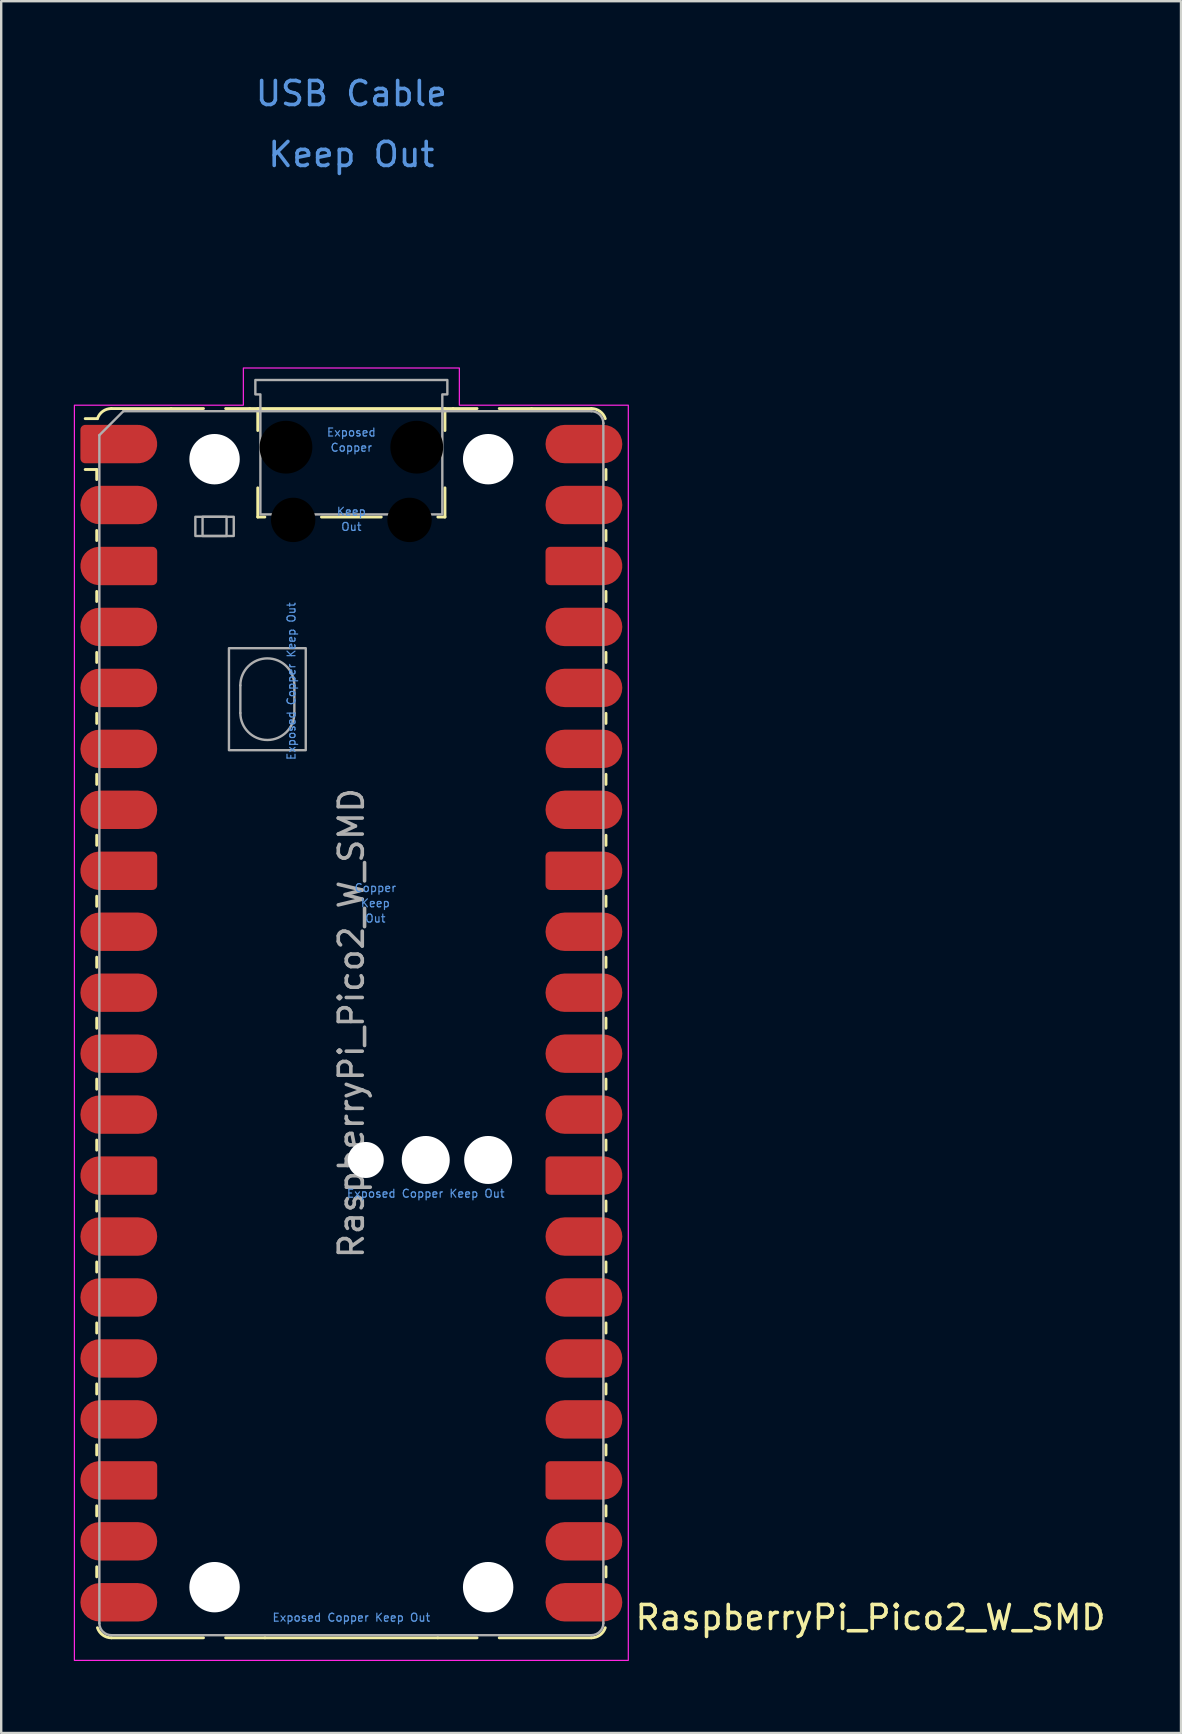
<source format=kicad_pcb>
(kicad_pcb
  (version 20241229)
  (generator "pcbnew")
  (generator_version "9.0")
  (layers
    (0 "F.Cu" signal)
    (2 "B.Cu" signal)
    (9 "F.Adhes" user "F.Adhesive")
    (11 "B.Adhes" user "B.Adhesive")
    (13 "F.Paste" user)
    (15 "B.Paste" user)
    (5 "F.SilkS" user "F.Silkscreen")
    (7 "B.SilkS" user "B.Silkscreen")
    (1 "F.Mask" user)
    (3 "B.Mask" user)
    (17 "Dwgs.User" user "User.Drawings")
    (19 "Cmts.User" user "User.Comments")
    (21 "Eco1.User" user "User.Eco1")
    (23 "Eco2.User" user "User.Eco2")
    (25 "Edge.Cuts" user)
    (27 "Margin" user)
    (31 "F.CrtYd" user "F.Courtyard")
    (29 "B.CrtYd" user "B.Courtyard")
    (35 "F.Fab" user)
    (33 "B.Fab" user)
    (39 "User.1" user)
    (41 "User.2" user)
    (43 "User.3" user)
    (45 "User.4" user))
  (footprint "RaspberryPi_Pico2_W_SMD"
    (layer "F.Cu")
    (at 11.59 39.583)
    (property "Reference" "RaspberryPi_Pico2_W_SMD" (at 11.748 24.765 0) (unlocked yes) (layer "F.SilkS") (effects (font (size 1 1) (thickness 0.15)) (justify left)))
    (attr smd)
    (fp_line (start -10.61 -23.07) (end -11.09 -23.07) (stroke (width 0.12) (type solid)) (layer "F.SilkS"))
    (fp_line (start -10.61 -23.07) (end -10.61 -22.65) (stroke (width 0.12) (type solid)) (layer "F.SilkS"))
    (fp_line (start -10.61 -20.53) (end -10.61 -20.11) (stroke (width 0.12) (type solid)) (layer "F.SilkS"))
    (fp_line (start -10.61 -17.99) (end -10.61 -17.57) (stroke (width 0.12) (type solid)) (layer "F.SilkS"))
    (fp_line (start -10.61 -15.45) (end -10.61 -15.03) (stroke (width 0.12) (type solid)) (layer "F.SilkS"))
    (fp_line (start -10.61 -12.91) (end -10.61 -12.49) (stroke (width 0.12) (type solid)) (layer "F.SilkS"))
    (fp_line (start -10.61 -10.37) (end -10.61 -9.95) (stroke (width 0.12) (type solid)) (layer "F.SilkS"))
    (fp_line (start -10.61 -7.83) (end -10.61 -7.41) (stroke (width 0.12) (type solid)) (layer "F.SilkS"))
    (fp_line (start -10.61 -5.29) (end -10.61 -4.87) (stroke (width 0.12) (type solid)) (layer "F.SilkS"))
    (fp_line (start -10.61 -2.75) (end -10.61 -2.33) (stroke (width 0.12) (type solid)) (layer "F.SilkS"))
    (fp_line (start -10.61 -0.21) (end -10.61 0.21) (stroke (width 0.12) (type solid)) (layer "F.SilkS"))
    (fp_line (start -10.61 2.33) (end -10.61 2.75) (stroke (width 0.12) (type solid)) (layer "F.SilkS"))
    (fp_line (start -10.61 4.87) (end -10.61 5.29) (stroke (width 0.12) (type solid)) (layer "F.SilkS"))
    (fp_line (start -10.61 7.41) (end -10.61 7.83) (stroke (width 0.12) (type solid)) (layer "F.SilkS"))
    (fp_line (start -10.61 9.95) (end -10.61 10.37) (stroke (width 0.12) (type solid)) (layer "F.SilkS"))
    (fp_line (start -10.61 12.49) (end -10.61 12.91) (stroke (width 0.12) (type solid)) (layer "F.SilkS"))
    (fp_line (start -10.61 15.03) (end -10.61 15.45) (stroke (width 0.12) (type solid)) (layer "F.SilkS"))
    (fp_line (start -10.61 17.57) (end -10.61 17.99) (stroke (width 0.12) (type solid)) (layer "F.SilkS"))
    (fp_line (start -10.61 20.11) (end -10.61 20.53) (stroke (width 0.12) (type solid)) (layer "F.SilkS"))
    (fp_line (start -10.61 22.65) (end -10.61 23.07) (stroke (width 0.12) (type solid)) (layer "F.SilkS"))
    (fp_line (start -10.58 -25.19) (end -11.09 -25.19) (stroke (width 0.12) (type solid)) (layer "F.SilkS"))
    (fp_line (start -10 -25.61) (end -7.51 -25.61) (stroke (width 0.12) (type solid)) (layer "F.SilkS"))
    (fp_line (start -10 25.61) (end -6.162 25.61) (stroke (width 0.12) (type solid)) (layer "F.SilkS"))
    (fp_line (start -7.51 -25.61) (end -6.162 -25.61) (stroke (width 0.12) (type solid)) (layer "F.SilkS"))
    (fp_line (start -5.238 -25.61) (end -4.235 -25.61) (stroke (width 0.12) (type solid)) (layer "F.SilkS"))
    (fp_line (start -4.235 -25.61) (end 4.235 -25.61) (stroke (width 0.12) (type solid)) (layer "F.SilkS"))
    (fp_line (start -3.9 -25.61) (end -3.9 -24.694) (stroke (width 0.12) (type solid)) (layer "F.SilkS"))
    (fp_line (start -3.9 -22.306) (end -3.9 -21.09) (stroke (width 0.12) (type solid)) (layer "F.SilkS"))
    (fp_line (start -3.9 -21.09) (end -3.604 -21.09) (stroke (width 0.12) (type solid)) (layer "F.SilkS"))
    (fp_line (start -3.6 25.61) (end -5.238 25.61) (stroke (width 0.12) (type solid)) (layer "F.SilkS"))
    (fp_line (start -1.246 -21.09) (end 1.246 -21.09) (stroke (width 0.12) (type solid)) (layer "F.SilkS"))
    (fp_line (start 3.6 25.61) (end -3.6 25.61) (stroke (width 0.12) (type solid)) (layer "F.SilkS"))
    (fp_line (start 3.604 -21.09) (end 3.9 -21.09) (stroke (width 0.12) (type solid)) (layer "F.SilkS"))
    (fp_line (start 3.9 -25.61) (end 3.9 -24.694) (stroke (width 0.12) (type solid)) (layer "F.SilkS"))
    (fp_line (start 3.9 -22.306) (end 3.9 -21.09) (stroke (width 0.12) (type solid)) (layer "F.SilkS"))
    (fp_line (start 4.235 -25.61) (end 5.238 -25.61) (stroke (width 0.12) (type solid)) (layer "F.SilkS"))
    (fp_line (start 5.238 25.61) (end 3.6 25.61) (stroke (width 0.12) (type solid)) (layer "F.SilkS"))
    (fp_line (start 6.162 -25.61) (end 7.51 -25.61) (stroke (width 0.12) (type solid)) (layer "F.SilkS"))
    (fp_line (start 6.162 25.61) (end 10 25.61) (stroke (width 0.12) (type solid)) (layer "F.SilkS"))
    (fp_line (start 10 -25.61) (end 7.51 -25.61) (stroke (width 0.12) (type solid)) (layer "F.SilkS"))
    (fp_line (start 10.61 -23.07) (end 10.61 -22.65) (stroke (width 0.12) (type solid)) (layer "F.SilkS"))
    (fp_line (start 10.61 -20.53) (end 10.61 -20.11) (stroke (width 0.12) (type solid)) (layer "F.SilkS"))
    (fp_line (start 10.61 -17.99) (end 10.61 -17.57) (stroke (width 0.12) (type solid)) (layer "F.SilkS"))
    (fp_line (start 10.61 -15.45) (end 10.61 -15.03) (stroke (width 0.12) (type solid)) (layer "F.SilkS"))
    (fp_line (start 10.61 -12.91) (end 10.61 -12.49) (stroke (width 0.12) (type solid)) (layer "F.SilkS"))
    (fp_line (start 10.61 -10.37) (end 10.61 -9.95) (stroke (width 0.12) (type solid)) (layer "F.SilkS"))
    (fp_line (start 10.61 -7.83) (end 10.61 -7.41) (stroke (width 0.12) (type solid)) (layer "F.SilkS"))
    (fp_line (start 10.61 -5.29) (end 10.61 -4.87) (stroke (width 0.12) (type solid)) (layer "F.SilkS"))
    (fp_line (start 10.61 -2.75) (end 10.61 -2.33) (stroke (width 0.12) (type solid)) (layer "F.SilkS"))
    (fp_line (start 10.61 -0.21) (end 10.61 0.21) (stroke (width 0.12) (type solid)) (layer "F.SilkS"))
    (fp_line (start 10.61 2.33) (end 10.61 2.75) (stroke (width 0.12) (type solid)) (layer "F.SilkS"))
    (fp_line (start 10.61 4.87) (end 10.61 5.29) (stroke (width 0.12) (type solid)) (layer "F.SilkS"))
    (fp_line (start 10.61 7.41) (end 10.61 7.83) (stroke (width 0.12) (type solid)) (layer "F.SilkS"))
    (fp_line (start 10.61 9.95) (end 10.61 10.37) (stroke (width 0.12) (type solid)) (layer "F.SilkS"))
    (fp_line (start 10.61 12.49) (end 10.61 12.91) (stroke (width 0.12) (type solid)) (layer "F.SilkS"))
    (fp_line (start 10.61 15.03) (end 10.61 15.45) (stroke (width 0.12) (type solid)) (layer "F.SilkS"))
    (fp_line (start 10.61 17.57) (end 10.61 17.99) (stroke (width 0.12) (type solid)) (layer "F.SilkS"))
    (fp_line (start 10.61 20.11) (end 10.61 20.53) (stroke (width 0.12) (type solid)) (layer "F.SilkS"))
    (fp_line (start 10.61 22.65) (end 10.61 23.07) (stroke (width 0.12) (type solid)) (layer "F.SilkS"))
    (fp_arc (start -10.579676 -25.19) (mid -10.357916 -25.49396) (end -10 -25.61) (stroke (width 0.12) (type solid)) (layer "F.SilkS"))
    (fp_arc (start -10 25.61) (mid -10.357937 25.493944) (end -10.579676 25.189937) (stroke (width 0.12) (type solid)) (layer "F.SilkS"))
    (fp_arc (start 10 -25.61) (mid 10.357937 -25.493944) (end 10.579676 -25.189937) (stroke (width 0.12) (type solid)) (layer "F.SilkS"))
    (fp_arc (start 10.579676 25.189937) (mid 10.357906 25.493889) (end 10 25.61) (stroke (width 0.12) (type solid)) (layer "F.SilkS"))
    (fp_poly (pts (xy -4.5 -27.3) (xy 4.5 -27.3) (xy 4.5 -25.75) (xy 11.54 -25.75) (xy 11.54 26.55) (xy -11.54 26.55) (xy -11.54 -25.75) (xy -4.5 -25.75)) (stroke (width 0.05) (type solid)) (fill no) (layer "F.CrtYd"))
    (fp_line (start -10.5 -24.5) (end -9.5 -25.5) (stroke (width 0.1) (type solid)) (layer "F.Fab"))
    (fp_line (start -10.5 25) (end -10.5 -24.5) (stroke (width 0.1) (type solid)) (layer "F.Fab"))
    (fp_line (start -9.5 -25.5) (end 10 -25.5) (stroke (width 0.1) (type solid)) (layer "F.Fab"))
    (fp_line (start -4.625 -14.075) (end -4.625 -12.925) (stroke (width 0.1) (type solid)) (layer "F.Fab"))
    (fp_line (start -2.375 -14.075) (end -2.375 -12.925) (stroke (width 0.1) (type solid)) (layer "F.Fab"))
    (fp_line (start 10 25.5) (end -10 25.5) (stroke (width 0.1) (type solid)) (layer "F.Fab"))
    (fp_line (start 10.5 -25) (end 10.5 25) (stroke (width 0.1) (type solid)) (layer "F.Fab"))
    (fp_rect (start -6.5 -21.1) (end -4.9 -20.3) (stroke (width 0.1) (type solid)) (fill no) (layer "F.Fab"))
    (fp_rect (start -6.2 -21.1) (end -5.2 -20.3) (stroke (width 0.1) (type solid)) (fill no) (layer "F.Fab"))
    (fp_rect (start -5.1 -15.625) (end -1.9 -11.375) (stroke (width 0.1) (type solid)) (fill no) (layer "F.Fab"))
    (fp_arc (start -10 25.5) (mid -10.353553 25.353553) (end -10.5 25) (stroke (width 0.1) (type solid)) (layer "F.Fab"))
    (fp_arc (start -4.625 -14.075) (mid -3.5 -15.2) (end -2.375 -14.075) (stroke (width 0.1) (type solid)) (layer "F.Fab"))
    (fp_arc (start -2.375 -12.925) (mid -3.5 -11.8) (end -4.625 -12.925) (stroke (width 0.1) (type solid)) (layer "F.Fab"))
    (fp_arc (start 10 -25.5) (mid 10.353553 -25.353553) (end 10.5 -25) (stroke (width 0.1) (type solid)) (layer "F.Fab"))
    (fp_arc (start 10.5 25) (mid 10.353553 25.353553) (end 10 25.5) (stroke (width 0.1) (type solid)) (layer "F.Fab"))
    (fp_poly (pts (xy 3.79 -21.2) (xy 3.79 -26.2) (xy 4 -26.2) (xy 4 -26.8) (xy -4 -26.8) (xy -4 -26.2) (xy -3.79 -26.2) (xy -3.79 -21.2)) (stroke (width 0.1) (type solid)) (fill no) (layer "F.Fab"))
    (fp_text user "Out" (at 0 -20.683 0) (unlocked yes) (layer "Cmts.User") (effects (font (size 0.333 0.333) (thickness 0.05))))
    (fp_text user "Keep" (at 0 -21.317 0) (unlocked yes) (layer "Cmts.User") (effects (font (size 0.333 0.333) (thickness 0.05))))
    (fp_text user "Exposed" (at 0 -24.617 0) (unlocked yes) (layer "Cmts.User") (effects (font (size 0.333 0.333) (thickness 0.05))))
    (fp_text user "Copper" (at 1 -5.635 0) (unlocked yes) (layer "Cmts.User") (effects (font (size 0.333 0.333) (thickness 0.05))))
    (fp_text user "USB Cable" (at 0 -38.735 0) (unlocked yes) (layer "Cmts.User") (effects (font (size 1 1) (thickness 0.15))))
    (fp_text user "Exposed Copper Keep Out" (at 0 24.765 0) (unlocked yes) (layer "Cmts.User") (effects (font (size 0.333 0.333) (thickness 0.05))))
    (fp_text user "Exposed Copper Keep Out" (at 3.1 7.1 0) (unlocked yes) (layer "Cmts.User") (effects (font (size 0.333 0.333) (thickness 0.05))))
    (fp_text user "Copper" (at 0 -23.983 0) (unlocked yes) (layer "Cmts.User") (effects (font (size 0.333 0.333) (thickness 0.05))))
    (fp_text user "Out" (at 1 -4.365 0) (unlocked yes) (layer "Cmts.User") (effects (font (size 0.333 0.333) (thickness 0.05))))
    (fp_text user "Exposed Copper Keep Out" (at -2.5 -14.25 90) (unlocked yes) (layer "Cmts.User") (effects (font (size 0.333 0.333) (thickness 0.05))))
    (fp_text user "Keep Out" (at 0 -36.195 0) (unlocked yes) (layer "Cmts.User") (effects (font (size 1 1) (thickness 0.15))))
    (fp_text user "Keep" (at 1 -5 0) (unlocked yes) (layer "Cmts.User") (effects (font (size 0.333 0.333) (thickness 0.05))))
    (fp_text user "${REFERENCE}" (at 0 0 270) (layer "F.Fab") (effects (font (size 1 1) (thickness 0.15))))
    (pad "" smd rect (at -8.89 -24.13) (size 3.8 2.2) (drill (offset -0.8 0)) (layers "F.Paste"))
    (pad "" smd rect (at -8.89 -21.59) (size 3.8 2.2) (drill (offset -0.8 0)) (layers "F.Paste"))
    (pad "" smd rect (at -8.89 -19.05) (size 3.8 2.2) (drill (offset -0.8 0)) (layers "F.Paste"))
    (pad "" smd rect (at -8.89 -16.51) (size 3.8 2.2) (drill (offset -0.8 0)) (layers "F.Paste"))
    (pad "" smd rect (at -8.89 -13.97) (size 3.8 2.2) (drill (offset -0.8 0)) (layers "F.Paste"))
    (pad "" smd rect (at -8.89 -11.43) (size 3.8 2.2) (drill (offset -0.8 0)) (layers "F.Paste"))
    (pad "" smd rect (at -8.89 -8.89) (size 3.8 2.2) (drill (offset -0.8 0)) (layers "F.Paste"))
    (pad "" smd rect (at -8.89 -6.35) (size 3.8 2.2) (drill (offset -0.8 0)) (layers "F.Paste"))
    (pad "" smd rect (at -8.89 -3.81) (size 3.8 2.2) (drill (offset -0.8 0)) (layers "F.Paste"))
    (pad "" smd rect (at -8.89 -1.27) (size 3.8 2.2) (drill (offset -0.8 0)) (layers "F.Paste"))
    (pad "" smd rect (at -8.89 1.27) (size 3.8 2.2) (drill (offset -0.8 0)) (layers "F.Paste"))
    (pad "" smd rect (at -8.89 3.81) (size 3.8 2.2) (drill (offset -0.8 0)) (layers "F.Paste"))
    (pad "" smd rect (at -8.89 6.35) (size 3.8 2.2) (drill (offset -0.8 0)) (layers "F.Paste"))
    (pad "" smd rect (at -8.89 8.89) (size 3.8 2.2) (drill (offset -0.8 0)) (layers "F.Paste"))
    (pad "" smd rect (at -8.89 11.43) (size 3.8 2.2) (drill (offset -0.8 0)) (layers "F.Paste"))
    (pad "" smd rect (at -8.89 13.97) (size 3.8 2.2) (drill (offset -0.8 0)) (layers "F.Paste"))
    (pad "" smd rect (at -8.89 16.51) (size 3.8 2.2) (drill (offset -0.8 0)) (layers "F.Paste"))
    (pad "" smd rect (at -8.89 19.05) (size 3.8 2.2) (drill (offset -0.8 0)) (layers "F.Paste"))
    (pad "" smd rect (at -8.89 21.59) (size 3.8 2.2) (drill (offset -0.8 0)) (layers "F.Paste"))
    (pad "" smd rect (at -8.89 24.13) (size 3.8 2.2) (drill (offset -0.8 0)) (layers "F.Paste"))
    (pad "" np_thru_hole circle (at -5.7 -23.5) (size 2.1 2.1) (drill 2.1) (layers "*.Cu" "*.Mask"))
    (pad "" np_thru_hole circle (at -5.7 23.5) (size 2.1 2.1) (drill 2.1) (layers "*.Cu" "*.Mask"))
    (pad "" np_thru_hole circle (at -2.725 -24) (size 2.2 2.2) (drill 2.2) (layers "*.Mask"))
    (pad "" np_thru_hole circle (at -2.425 -20.97) (size 1.85 1.85) (drill 1.85) (layers "*.Mask"))
    (pad "" np_thru_hole circle (at 0.6 5.7) (size 1.5 1.5) (drill 1.5) (layers "*.Cu" "*.Mask"))
    (pad "" np_thru_hole circle (at 2.425 -20.97) (size 1.85 1.85) (drill 1.85) (layers "*.Mask"))
    (pad "" np_thru_hole circle (at 2.725 -24) (size 2.2 2.2) (drill 2.2) (layers "*.Mask"))
    (pad "" np_thru_hole circle (at 3.1 5.7) (size 2 2) (drill 2) (layers "*.Cu" "*.Mask"))
    (pad "" np_thru_hole circle (at 5.7 -23.5) (size 2.1 2.1) (drill 2.1) (layers "*.Cu" "*.Mask"))
    (pad "" np_thru_hole circle (at 5.7 5.7) (size 2 2) (drill 2) (layers "*.Cu" "*.Mask"))
    (pad "" np_thru_hole circle (at 5.7 23.5) (size 2.1 2.1) (drill 2.1) (layers "*.Cu" "*.Mask"))
    (pad "" smd rect (at 8.89 -24.13) (size 3.8 2.2) (drill (offset 0.8 0)) (layers "F.Paste"))
    (pad "" smd rect (at 8.89 -21.59) (size 3.8 2.2) (drill (offset 0.8 0)) (layers "F.Paste"))
    (pad "" smd rect (at 8.89 -19.05) (size 3.8 2.2) (drill (offset 0.8 0)) (layers "F.Paste"))
    (pad "" smd rect (at 8.89 -16.51) (size 3.8 2.2) (drill (offset 0.8 0)) (layers "F.Paste"))
    (pad "" smd rect (at 8.89 -13.97) (size 3.8 2.2) (drill (offset 0.8 0)) (layers "F.Paste"))
    (pad "" smd rect (at 8.89 -11.43) (size 3.8 2.2) (drill (offset 0.8 0)) (layers "F.Paste"))
    (pad "" smd rect (at 8.89 -8.89) (size 3.8 2.2) (drill (offset 0.8 0)) (layers "F.Paste"))
    (pad "" smd rect (at 8.89 -6.35) (size 3.8 2.2) (drill (offset 0.8 0)) (layers "F.Paste"))
    (pad "" smd rect (at 8.89 -3.81) (size 3.8 2.2) (drill (offset 0.8 0)) (layers "F.Paste"))
    (pad "" smd rect (at 8.89 -1.27) (size 3.8 2.2) (drill (offset 0.8 0)) (layers "F.Paste"))
    (pad "" smd rect (at 8.89 1.27) (size 3.8 2.2) (drill (offset 0.8 0)) (layers "F.Paste"))
    (pad "" smd rect (at 8.89 3.81) (size 3.8 2.2) (drill (offset 0.8 0)) (layers "F.Paste"))
    (pad "" smd rect (at 8.89 6.35) (size 3.8 2.2) (drill (offset 0.8 0)) (layers "F.Paste"))
    (pad "" smd rect (at 8.89 8.89) (size 3.8 2.2) (drill (offset 0.8 0)) (layers "F.Paste"))
    (pad "" smd rect (at 8.89 11.43) (size 3.8 2.2) (drill (offset 0.8 0)) (layers "F.Paste"))
    (pad "" smd rect (at 8.89 13.97) (size 3.8 2.2) (drill (offset 0.8 0)) (layers "F.Paste"))
    (pad "" smd rect (at 8.89 16.51) (size 3.8 2.2) (drill (offset 0.8 0)) (layers "F.Paste"))
    (pad "" smd rect (at 8.89 19.05) (size 3.8 2.2) (drill (offset 0.8 0)) (layers "F.Paste"))
    (pad "" smd rect (at 8.89 21.59) (size 3.8 2.2) (drill (offset 0.8 0)) (layers "F.Paste"))
    (pad "" smd rect (at 8.89 24.13) (size 3.8 2.2) (drill (offset 0.8 0)) (layers "F.Paste"))
    (pad "1" smd custom (at -9.69 -24.13) (size 1.6 0.8) (layers "F.Cu" "F.Mask") (options (anchor rect)) (primitives (gr_circle (center 0.8 0) (end 1.6 0) (width 0) (fill yes)) (gr_poly (pts (xy -1.6 -0.6) (xy -1.6 0.6) (xy -1.4 0.8) (xy 0.8 0.8) (xy 0.8 -0.8) (xy -1.4 -0.8)) (width 0) (fill yes)) (gr_circle (center -1.4 -0.6) (end -1.2 -0.6) (width 0) (fill yes)) (gr_circle (center -1.4 0.6) (end -1.2 0.6) (width 0) (fill yes))))
    (pad "2" smd roundrect (at -9.69 -21.59) (size 3.2 1.6) (layers "F.Cu" "F.Mask") (roundrect_rratio 0.5))
    (pad "3" smd custom (at -9.69 -19.05) (size 1.6 0.8) (layers "F.Cu" "F.Mask") (options (anchor rect)) (primitives (gr_circle (center -0.8 0) (end 0 0) (width 0) (fill yes)) (gr_poly (pts (xy 1.6 -0.6) (xy 1.6 0.6) (xy 1.4 0.8) (xy -0.8 0.8) (xy -0.8 -0.8) (xy 1.4 -0.8)) (width 0) (fill yes)) (gr_circle (center 1.4 -0.6) (end 1.6 -0.6) (width 0) (fill yes)) (gr_circle (center 1.4 0.6) (end 1.6 0.6) (width 0) (fill yes))))
    (pad "4" smd roundrect (at -9.69 -16.51) (size 3.2 1.6) (layers "F.Cu" "F.Mask") (roundrect_rratio 0.5))
    (pad "5" smd roundrect (at -9.69 -13.97) (size 3.2 1.6) (layers "F.Cu" "F.Mask") (roundrect_rratio 0.5))
    (pad "6" smd roundrect (at -9.69 -11.43) (size 3.2 1.6) (layers "F.Cu" "F.Mask") (roundrect_rratio 0.5))
    (pad "7" smd roundrect (at -9.69 -8.89) (size 3.2 1.6) (layers "F.Cu" "F.Mask") (roundrect_rratio 0.5))
    (pad "8" smd custom (at -9.69 -6.35) (size 1.6 0.8) (layers "F.Cu" "F.Mask") (options (anchor rect)) (primitives (gr_circle (center -0.8 0) (end 0 0) (width 0) (fill yes)) (gr_poly (pts (xy 1.6 -0.6) (xy 1.6 0.6) (xy 1.4 0.8) (xy -0.8 0.8) (xy -0.8 -0.8) (xy 1.4 -0.8)) (width 0) (fill yes)) (gr_circle (center 1.4 -0.6) (end 1.6 -0.6) (width 0) (fill yes)) (gr_circle (center 1.4 0.6) (end 1.6 0.6) (width 0) (fill yes))))
    (pad "9" smd roundrect (at -9.69 -3.81) (size 3.2 1.6) (layers "F.Cu" "F.Mask") (roundrect_rratio 0.5))
    (pad "10" smd roundrect (at -9.69 -1.27) (size 3.2 1.6) (layers "F.Cu" "F.Mask") (roundrect_rratio 0.5))
    (pad "11" smd roundrect (at -9.69 1.27) (size 3.2 1.6) (layers "F.Cu" "F.Mask") (roundrect_rratio 0.5))
    (pad "12" smd roundrect (at -9.69 3.81) (size 3.2 1.6) (layers "F.Cu" "F.Mask") (roundrect_rratio 0.5))
    (pad "13" smd custom (at -9.69 6.35) (size 1.6 0.8) (layers "F.Cu" "F.Mask") (options (anchor rect)) (primitives (gr_circle (center -0.8 0) (end 0 0) (width 0) (fill yes)) (gr_poly (pts (xy 1.6 -0.6) (xy 1.6 0.6) (xy 1.4 0.8) (xy -0.8 0.8) (xy -0.8 -0.8) (xy 1.4 -0.8)) (width 0) (fill yes)) (gr_circle (center 1.4 -0.6) (end 1.6 -0.6) (width 0) (fill yes)) (gr_circle (center 1.4 0.6) (end 1.6 0.6) (width 0) (fill yes))))
    (pad "14" smd roundrect (at -9.69 8.89) (size 3.2 1.6) (layers "F.Cu" "F.Mask") (roundrect_rratio 0.5))
    (pad "15" smd roundrect (at -9.69 11.43) (size 3.2 1.6) (layers "F.Cu" "F.Mask") (roundrect_rratio 0.5))
    (pad "16" smd roundrect (at -9.69 13.97) (size 3.2 1.6) (layers "F.Cu" "F.Mask") (roundrect_rratio 0.5))
    (pad "17" smd roundrect (at -9.69 16.51) (size 3.2 1.6) (layers "F.Cu" "F.Mask") (roundrect_rratio 0.5))
    (pad "18" smd custom (at -9.69 19.05) (size 1.6 0.8) (layers "F.Cu" "F.Mask") (options (anchor rect)) (primitives (gr_circle (center -0.8 0) (end 0 0) (width 0) (fill yes)) (gr_poly (pts (xy 1.6 -0.6) (xy 1.6 0.6) (xy 1.4 0.8) (xy -0.8 0.8) (xy -0.8 -0.8) (xy 1.4 -0.8)) (width 0) (fill yes)) (gr_circle (center 1.4 -0.6) (end 1.6 -0.6) (width 0) (fill yes)) (gr_circle (center 1.4 0.6) (end 1.6 0.6) (width 0) (fill yes))))
    (pad "19" smd roundrect (at -9.69 21.59) (size 3.2 1.6) (layers "F.Cu" "F.Mask") (roundrect_rratio 0.5))
    (pad "20" smd roundrect (at -9.69 24.13) (size 3.2 1.6) (layers "F.Cu" "F.Mask") (roundrect_rratio 0.5))
    (pad "21" smd roundrect (at 9.69 24.13) (size 3.2 1.6) (layers "F.Cu" "F.Mask") (roundrect_rratio 0.5))
    (pad "22" smd roundrect (at 9.69 21.59) (size 3.2 1.6) (layers "F.Cu" "F.Mask") (roundrect_rratio 0.5))
    (pad "23" smd custom (at 9.69 19.05) (size 1.6 0.8) (layers "F.Cu" "F.Mask") (options (anchor rect)) (primitives (gr_circle (center 0.8 0) (end 1.6 0) (width 0) (fill yes)) (gr_poly (pts (xy -1.6 -0.6) (xy -1.6 0.6) (xy -1.4 0.8) (xy 0.8 0.8) (xy 0.8 -0.8) (xy -1.4 -0.8)) (width 0) (fill yes)) (gr_circle (center -1.4 -0.6) (end -1.2 -0.6) (width 0) (fill yes)) (gr_circle (center -1.4 0.6) (end -1.2 0.6) (width 0) (fill yes))))
    (pad "24" smd roundrect (at 9.69 16.51) (size 3.2 1.6) (layers "F.Cu" "F.Mask") (roundrect_rratio 0.5))
    (pad "25" smd roundrect (at 9.69 13.97) (size 3.2 1.6) (layers "F.Cu" "F.Mask") (roundrect_rratio 0.5))
    (pad "26" smd roundrect (at 9.69 11.43) (size 3.2 1.6) (layers "F.Cu" "F.Mask") (roundrect_rratio 0.5))
    (pad "27" smd roundrect (at 9.69 8.89) (size 3.2 1.6) (layers "F.Cu" "F.Mask") (roundrect_rratio 0.5))
    (pad "28" smd custom (at 9.69 6.35) (size 1.6 0.8) (layers "F.Cu" "F.Mask") (options (anchor rect)) (primitives (gr_circle (center 0.8 0) (end 1.6 0) (width 0) (fill yes)) (gr_poly (pts (xy -1.6 -0.6) (xy -1.6 0.6) (xy -1.4 0.8) (xy 0.8 0.8) (xy 0.8 -0.8) (xy -1.4 -0.8)) (width 0) (fill yes)) (gr_circle (center -1.4 -0.6) (end -1.2 -0.6) (width 0) (fill yes)) (gr_circle (center -1.4 0.6) (end -1.2 0.6) (width 0) (fill yes))))
    (pad "29" smd roundrect (at 9.69 3.81) (size 3.2 1.6) (layers "F.Cu" "F.Mask") (roundrect_rratio 0.5))
    (pad "30" smd roundrect (at 9.69 1.27) (size 3.2 1.6) (layers "F.Cu" "F.Mask") (roundrect_rratio 0.5))
    (pad "31" smd roundrect (at 9.69 -1.27) (size 3.2 1.6) (layers "F.Cu" "F.Mask") (roundrect_rratio 0.5))
    (pad "32" smd roundrect (at 9.69 -3.81) (size 3.2 1.6) (layers "F.Cu" "F.Mask") (roundrect_rratio 0.5))
    (pad "33" smd custom (at 9.69 -6.35) (size 1.6 0.8) (layers "F.Cu" "F.Mask") (options (anchor rect)) (primitives (gr_circle (center 0.8 0) (end 1.6 0) (width 0) (fill yes)) (gr_poly (pts (xy -1.6 -0.6) (xy -1.6 0.6) (xy -1.4 0.8) (xy 0.8 0.8) (xy 0.8 -0.8) (xy -1.4 -0.8)) (width 0) (fill yes)) (gr_circle (center -1.4 -0.6) (end -1.2 -0.6) (width 0) (fill yes)) (gr_circle (center -1.4 0.6) (end -1.2 0.6) (width 0) (fill yes))))
    (pad "34" smd roundrect (at 9.69 -8.89) (size 3.2 1.6) (layers "F.Cu" "F.Mask") (roundrect_rratio 0.5))
    (pad "35" smd roundrect (at 9.69 -11.43) (size 3.2 1.6) (layers "F.Cu" "F.Mask") (roundrect_rratio 0.5))
    (pad "36" smd roundrect (at 9.69 -13.97) (size 3.2 1.6) (layers "F.Cu" "F.Mask") (roundrect_rratio 0.5))
    (pad "37" smd roundrect (at 9.69 -16.51) (size 3.2 1.6) (layers "F.Cu" "F.Mask") (roundrect_rratio 0.5))
    (pad "38" smd custom (at 9.69 -19.05) (size 1.6 0.8) (layers "F.Cu" "F.Mask") (options (anchor rect)) (primitives (gr_circle (center 0.8 0) (end 1.6 0) (width 0) (fill yes)) (gr_poly (pts (xy -1.6 -0.6) (xy -1.6 0.6) (xy -1.4 0.8) (xy 0.8 0.8) (xy 0.8 -0.8) (xy -1.4 -0.8)) (width 0) (fill yes)) (gr_circle (center -1.4 -0.6) (end -1.2 -0.6) (width 0) (fill yes)) (gr_circle (center -1.4 0.6) (end -1.2 0.6) (width 0) (fill yes))))
    (pad "39" smd roundrect (at 9.69 -21.59) (size 3.2 1.6) (layers "F.Cu" "F.Mask") (roundrect_rratio 0.5))
    (pad "40" smd roundrect (at 9.69 -24.13) (size 3.2 1.6) (layers "F.Cu" "F.Mask") (roundrect_rratio 0.5))
    (zone (net_name "") (layers "F.Cu" "F.Paste") (name "Pad Keep Out TP6") (hatch full 0.5) (connect_pads) (min_thickness 0.25) (filled_areas_thickness no) (keepout (tracks not_allowed) (vias not_allowed) (pads not_allowed) (copperpour not_allowed) (footprints allowed)) (placement (enabled no)) (fill) (polygon (pts (xy 8.574 29.531) (xy 8.448 29.497) (xy 8.334 29.432) (xy 8.242 29.339) (xy 8.176 29.225) (xy 8.142 29.099) (xy 8.14 29.033) (xy 8.14 25.333) (xy 10.04 25.333) (xy 10.04 29.033) (xy 10.038 29.099) (xy 10.004 29.225) (xy 9.938 29.339) (xy 9.846 29.432) (xy 9.732 29.497) (xy 9.606 29.531) (xy 9.54 29.533) (xy 8.64 29.533))))
    (zone (net_name "") (layers "F.Cu" "F.Paste") (name "Pad Keep Out TP3") (hatch full 0.5) (connect_pads) (min_thickness 0.25) (filled_areas_thickness no) (keepout (tracks not_allowed) (vias not_allowed) (pads not_allowed) (copperpour not_allowed) (footprints allowed)) (placement (enabled no)) (fill) (polygon (pts (xy 9.642 14.768) (xy 9.676 14.641) (xy 9.742 14.528) (xy 9.834 14.435) (xy 9.948 14.369) (xy 10.074 14.335) (xy 10.14 14.333) (xy 10.59 14.333) (xy 10.59 16.233) (xy 10.14 16.233) (xy 10.074 16.231) (xy 9.948 16.197) (xy 9.834 16.132) (xy 9.742 16.039) (xy 9.676 15.925) (xy 9.642 15.799) (xy 9.64 15.733) (xy 9.64 14.833))))
    (zone (net_name "") (layers "F.Cu" "F.Paste") (name "Pad Keep Out TP4") (hatch full 0.5) (connect_pads) (min_thickness 0.25) (filled_areas_thickness no) (keepout (tracks not_allowed) (vias not_allowed) (pads not_allowed) (copperpour not_allowed) (footprints allowed)) (placement (enabled no)) (fill) (polygon (pts (xy 10.04 25.333) (xy 10.04 21.633) (xy 10.038 21.568) (xy 10.004 21.441) (xy 9.938 21.328) (xy 9.846 21.235) (xy 9.732 21.169) (xy 9.606 21.135) (xy 9.54 21.133) (xy 8.64 21.133) (xy 8.574 21.135) (xy 8.448 21.169) (xy 8.334 21.235) (xy 8.242 21.328) (xy 8.176 21.441) (xy 8.142 21.568) (xy 8.14 21.633) (xy 8.14 25.333))))
    (zone (net_name "") (layers "F.Cu" "F.Paste") (name "Pad Keep Out TP3") (hatch full 0.5) (connect_pads) (min_thickness 0.25) (filled_areas_thickness no) (keepout (tracks not_allowed) (vias not_allowed) (pads not_allowed) (copperpour not_allowed) (footprints allowed)) (placement (enabled no)) (fill) (polygon (pts (xy 10.59 16.233) (xy 11.04 16.233) (xy 11.106 16.231) (xy 11.232 16.197) (xy 11.346 16.132) (xy 11.438 16.039) (xy 11.504 15.925) (xy 11.538 15.799) (xy 11.54 15.733) (xy 11.54 14.833) (xy 11.538 14.768) (xy 11.504 14.641) (xy 11.438 14.528) (xy 11.346 14.435) (xy 11.232 14.369) (xy 11.106 14.335) (xy 11.04 14.333) (xy 10.59 14.333))))
    (zone (net_name "") (layers "F.Cu" "F.Paste") (name "Pad Keep Out TP1") (hatch full 0.5) (connect_pads) (min_thickness 0.25) (filled_areas_thickness no) (keepout (tracks not_allowed) (vias not_allowed) (pads not_allowed) (copperpour not_allowed) (footprints allowed)) (placement (enabled no)) (fill) (polygon (pts (xy 10.642 18.068) (xy 10.676 17.941) (xy 10.742 17.828) (xy 10.834 17.735) (xy 10.948 17.669) (xy 11.074 17.635) (xy 11.14 17.633) (xy 11.59 17.633) (xy 11.59 19.533) (xy 11.14 19.533) (xy 11.074 19.531) (xy 10.948 19.497) (xy 10.834 19.432) (xy 10.742 19.339) (xy 10.676 19.225) (xy 10.642 19.099) (xy 10.64 19.033) (xy 10.64 18.133))))
    (zone (net_name "") (layers "F.Cu" "F.Paste") (name "Pad Keep Out TP1") (hatch full 0.5) (connect_pads) (min_thickness 0.25) (filled_areas_thickness no) (keepout (tracks not_allowed) (vias not_allowed) (pads not_allowed) (copperpour not_allowed) (footprints allowed)) (placement (enabled no)) (fill) (polygon (pts (xy 11.59 19.533) (xy 12.04 19.533) (xy 12.106 19.531) (xy 12.232 19.497) (xy 12.346 19.432) (xy 12.438 19.339) (xy 12.504 19.225) (xy 12.538 19.099) (xy 12.54 19.033) (xy 12.54 18.133) (xy 12.538 18.068) (xy 12.504 17.941) (xy 12.438 17.828) (xy 12.346 17.735) (xy 12.232 17.669) (xy 12.106 17.635) (xy 12.04 17.633) (xy 11.59 17.633))))
    (zone (net_name "") (layers "F.Cu" "F.Paste") (name "Pad Keep Out TP2") (hatch full 0.5) (connect_pads) (min_thickness 0.25) (filled_areas_thickness no) (keepout (tracks not_allowed) (vias not_allowed) (pads not_allowed) (copperpour not_allowed) (footprints allowed)) (placement (enabled no)) (fill) (polygon (pts (xy 11.642 14.783) (xy 11.676 14.656) (xy 11.742 14.543) (xy 11.834 14.45) (xy 11.948 14.384) (xy 12.074 14.35) (xy 12.14 14.348) (xy 12.59 14.348) (xy 12.59 16.248) (xy 12.14 16.248) (xy 12.074 16.246) (xy 11.948 16.212) (xy 11.834 16.147) (xy 11.742 16.054) (xy 11.676 15.94) (xy 11.642 15.814) (xy 11.64 15.748) (xy 11.64 14.848))))
    (zone (net_name "") (layers "F.Cu" "F.Paste") (name "Pad Keep Out TP7") (hatch full 0.5) (connect_pads) (min_thickness 0.25) (filled_areas_thickness no) (keepout (tracks not_allowed) (vias not_allowed) (pads not_allowed) (copperpour not_allowed) (footprints allowed)) (placement (enabled no)) (fill) (polygon (pts (xy 11.642 34.068) (xy 11.676 33.941) (xy 11.742 33.828) (xy 11.834 33.735) (xy 11.948 33.669) (xy 12.074 33.635) (xy 12.14 33.633) (xy 12.59 33.633) (xy 12.59 35.533) (xy 12.14 35.533) (xy 12.074 35.531) (xy 11.948 35.497) (xy 11.834 35.432) (xy 11.742 35.339) (xy 11.676 35.225) (xy 11.642 35.099) (xy 11.64 35.033) (xy 11.64 34.133))))
    (zone (net_name "") (layers "F.Cu" "F.Paste") (name "Pad Keep Out TP2") (hatch full 0.5) (connect_pads) (min_thickness 0.25) (filled_areas_thickness no) (keepout (tracks not_allowed) (vias not_allowed) (pads not_allowed) (copperpour not_allowed) (footprints allowed)) (placement (enabled no)) (fill) (polygon (pts (xy 12.59 16.248) (xy 13.04 16.248) (xy 13.106 16.246) (xy 13.232 16.212) (xy 13.346 16.147) (xy 13.438 16.054) (xy 13.504 15.94) (xy 13.538 15.814) (xy 13.54 15.748) (xy 13.54 14.848) (xy 13.538 14.783) (xy 13.504 14.656) (xy 13.438 14.543) (xy 13.346 14.45) (xy 13.232 14.384) (xy 13.106 14.35) (xy 13.04 14.348) (xy 12.59 14.348))))
    (zone (net_name "") (layers "F.Cu" "F.Paste") (name "Pad Keep Out TP7") (hatch full 0.5) (connect_pads) (min_thickness 0.25) (filled_areas_thickness no) (keepout (tracks not_allowed) (vias not_allowed) (pads not_allowed) (copperpour not_allowed) (footprints allowed)) (placement (enabled no)) (fill) (polygon (pts (xy 12.59 35.533) (xy 13.04 35.533) (xy 13.106 35.531) (xy 13.232 35.497) (xy 13.346 35.432) (xy 13.438 35.339) (xy 13.504 35.225) (xy 13.538 35.099) (xy 13.54 35.033) (xy 13.54 34.133) (xy 13.538 34.068) (xy 13.504 33.941) (xy 13.438 33.828) (xy 13.346 33.735) (xy 13.232 33.669) (xy 13.106 33.635) (xy 13.04 33.633) (xy 12.59 33.633))))
    (zone (net_name "") (layers "F.Cu" "F.Paste") (name "Pad Keep Out D2") (hatch full 0.5) (connect_pads) (min_thickness 0.25) (filled_areas_thickness no) (keepout (tracks not_allowed) (vias not_allowed) (pads not_allowed) (copperpour not_allowed) (footprints allowed)) (placement (enabled no)) (fill) (polygon (pts (xy 10.99 62.483) (xy 11.59 62.483) (arc (start 11.59 66.08325) (mid 10.882893 65.790357) (end 10.59 65.08325)) (xy 10.59 62.883) (xy 10.592 62.82) (xy 10.631 62.7) (xy 10.705 62.598) (xy 10.807 62.524) (xy 10.927 62.485))))
    (zone (net_name "") (layers "F.Cu" "F.Paste") (name "Pad Keep Out D2") (hatch full 0.5) (connect_pads) (min_thickness 0.25) (filled_areas_thickness no) (keepout (tracks not_allowed) (vias not_allowed) (pads not_allowed) (copperpour not_allowed) (footprints allowed)) (placement (enabled no)) (fill) (polygon (pts (xy 12.19 62.483) (xy 12.253 62.486) (xy 12.373 62.525) (xy 12.475 62.599) (xy 12.549 62.701) (xy 12.588 62.82) (xy 12.59 62.883) (arc (start 12.59 65.08325) (mid 12.297107 65.790357) (end 11.59 66.08325)) (xy 11.59 62.483))))
    (zone (net_name "") (layers "F.Cu" "F.Paste") (name "Pad Keep Out D1") (hatch full 0.5) (connect_pads) (min_thickness 0.25) (filled_areas_thickness no) (keepout (tracks not_allowed) (vias not_allowed) (pads not_allowed) (copperpour not_allowed) (footprints allowed)) (placement (enabled no)) (fill) (polygon (pts (arc (start 8.05 65.08325) (mid 8.342893 65.790357) (end 9.05 66.08325)) (arc (start 9.05 62.48325) (mid 8.342893 62.776143) (end 8.05 63.48325)))))
    (zone (net_name "") (layers "F.Cu" "F.Paste") (name "Pad Keep Out D1") (hatch full 0.5) (connect_pads) (min_thickness 0.25) (filled_areas_thickness no) (keepout (tracks not_allowed) (vias not_allowed) (pads not_allowed) (copperpour not_allowed) (footprints allowed)) (placement (enabled no)) (fill) (polygon (pts (arc (start 9.05 66.08325) (mid 9.757107 65.790357) (end 10.05 65.08325)) (arc (start 10.05 63.48325) (mid 9.757107 62.776143) (end 9.05 62.48325)))))
    (zone (net_name "") (layers "F.Cu" "F.Paste") (name "Pad Keep Out D3") (hatch full 0.5) (connect_pads) (min_thickness 0.25) (filled_areas_thickness no) (keepout (tracks not_allowed) (vias not_allowed) (pads not_allowed) (copperpour not_allowed) (footprints allowed)) (placement (enabled no)) (fill) (polygon (pts (arc (start 13.130141 65.083175) (mid 13.423034 65.790282) (end 14.130141 66.083175)) (arc (start 14.130141 62.483175) (mid 13.423034 62.776068) (end 13.130141 63.483175)))))
    (zone (net_name "") (layers "F.Cu" "F.Paste") (name "Pad Keep Out D3") (hatch full 0.5) (connect_pads) (min_thickness 0.25) (filled_areas_thickness no) (keepout (tracks not_allowed) (vias not_allowed) (pads not_allowed) (copperpour not_allowed) (footprints allowed)) (placement (enabled no)) (fill) (polygon (pts (arc (start 14.130141 66.083175) (mid 14.837248 65.790282) (end 15.130141 65.083175)) (arc (start 15.130141 63.483175) (mid 14.837248 62.776068) (end 14.130141 62.483175))))))
  (gr_rect
    (start -3 -3)
    (end 46.159 69.158)
    (stroke (width 0.1) (type default))
    (fill no)
    (layer "Edge.Cuts")))
</source>
